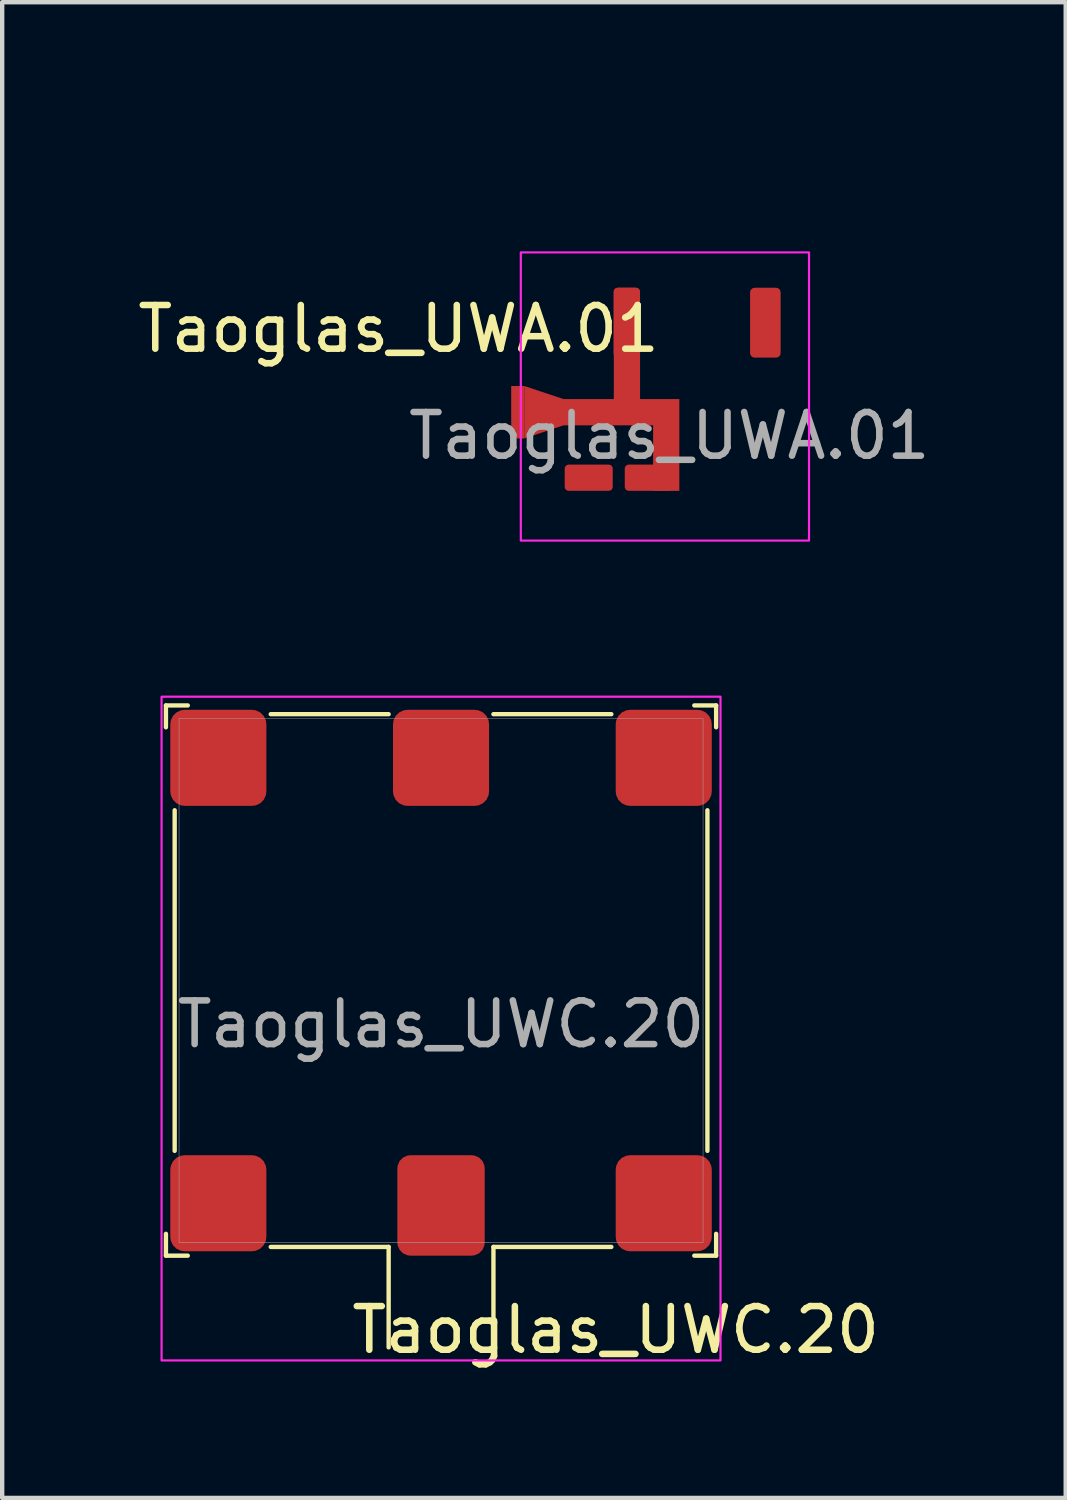
<source format=kicad_pcb>
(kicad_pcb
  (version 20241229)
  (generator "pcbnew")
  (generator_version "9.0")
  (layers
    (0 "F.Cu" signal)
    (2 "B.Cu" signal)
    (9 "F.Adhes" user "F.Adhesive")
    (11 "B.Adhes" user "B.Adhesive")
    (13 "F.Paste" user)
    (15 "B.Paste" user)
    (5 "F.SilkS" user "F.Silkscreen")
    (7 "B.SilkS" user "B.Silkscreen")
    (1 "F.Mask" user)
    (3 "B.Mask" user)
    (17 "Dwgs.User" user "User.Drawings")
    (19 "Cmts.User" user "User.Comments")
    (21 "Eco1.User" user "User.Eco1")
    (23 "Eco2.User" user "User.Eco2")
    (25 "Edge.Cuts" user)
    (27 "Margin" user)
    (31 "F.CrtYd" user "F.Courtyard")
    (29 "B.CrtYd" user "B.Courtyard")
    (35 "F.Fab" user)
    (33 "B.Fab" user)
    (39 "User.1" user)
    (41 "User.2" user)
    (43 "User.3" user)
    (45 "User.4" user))
  (footprint "Taoglas_UWC.20"
    (layer "F.Cu")
    (at 7.05 19.405)
    (property "Reference" "Taoglas_UWC.20" (at 4 8 0) (unlocked yes) (layer "F.SilkS") (effects (font (size 1 1) (thickness 0.15))))
    (attr smd)
    (fp_line (start -6.3 -6.3) (end -6.3 -5.8) (stroke (width 0.1) (type default)) (layer "F.SilkS"))
    (fp_line (start -6.3 -6.3) (end -5.8 -6.3) (stroke (width 0.1) (type default)) (layer "F.SilkS"))
    (fp_line (start -6.3 6.3) (end -6.3 5.8) (stroke (width 0.1) (type default)) (layer "F.SilkS"))
    (fp_line (start -6.3 6.3) (end -5.8 6.3) (stroke (width 0.1) (type default)) (layer "F.SilkS"))
    (fp_line (start -6.1 -3.9) (end -6.1 3.9) (stroke (width 0.1) (type default)) (layer "F.SilkS"))
    (fp_line (start -3.9 -6.1) (end -1.2 -6.1) (stroke (width 0.1) (type default)) (layer "F.SilkS"))
    (fp_line (start -3.9 6.1) (end -1.2 6.1) (stroke (width 0.1) (type default)) (layer "F.SilkS"))
    (fp_line (start -1.2 6.1) (end -1.2 8.4) (stroke (width 0.1) (type default)) (layer "F.SilkS"))
    (fp_line (start 1.2 -6.1) (end 3.9 -6.1) (stroke (width 0.1) (type default)) (layer "F.SilkS"))
    (fp_line (start 1.2 6.1) (end 1.2 8.4) (stroke (width 0.1) (type default)) (layer "F.SilkS"))
    (fp_line (start 1.2 6.1) (end 3.9 6.1) (stroke (width 0.1) (type default)) (layer "F.SilkS"))
    (fp_line (start 6.1 -3.9) (end 6.1 3.9) (stroke (width 0.1) (type default)) (layer "F.SilkS"))
    (fp_line (start 6.3 -6.3) (end 5.8 -6.3) (stroke (width 0.1) (type default)) (layer "F.SilkS"))
    (fp_line (start 6.3 -6.3) (end 6.3 -5.8) (stroke (width 0.1) (type default)) (layer "F.SilkS"))
    (fp_line (start 6.3 6.3) (end 5.8 6.3) (stroke (width 0.1) (type default)) (layer "F.SilkS"))
    (fp_line (start 6.3 6.3) (end 6.3 5.8) (stroke (width 0.1) (type default)) (layer "F.SilkS"))
    (fp_rect (start -6.4 -6.5) (end 6.4 8.7) (stroke (width 0.05) (type default)) (fill no) (layer "F.CrtYd"))
    (fp_rect (start -6 -6) (end 6 6) (stroke (width 0.01) (type solid)) (fill no) (layer "F.Fab"))
    (fp_line (start -7 -4) (end 7 -4) (stroke (width 0.1) (type default)) (layer "User.1"))
    (fp_line (start -4 -7) (end -4 8) (stroke (width 0.1) (type default)) (layer "User.1"))
    (fp_line (start 4 -7) (end 4 7) (stroke (width 0.1) (type default)) (layer "User.1"))
    (fp_line (start 7 4) (end -7 4) (stroke (width 0.1) (type default)) (layer "User.1"))
    (fp_text user "${REFERENCE}" (at 0 1 0) (unlocked yes) (layer "F.Fab") (effects (font (size 1 1) (thickness 0.15))))
    (fp_text user "KEEP-OUT" (at 0.025 -2.025 0) (unlocked yes) (layer "User.2") (effects (font (size 1 1) (thickness 0.15))))
    (pad "1" smd roundrect (at 0 5.15) (size 2 2.3) (layers "F.Cu" "F.Mask" "F.Paste") (roundrect_rratio 0.15))
    (pad "2" smd roundrect (at -5.1 5.1) (size 2.2 2.2) (layers "F.Cu" "F.Mask" "F.Paste") (roundrect_rratio 0.15))
    (pad "3" smd roundrect (at -5.1 -5.1) (size 2.2 2.2) (layers "F.Cu" "F.Mask" "F.Paste") (roundrect_rratio 0.15))
    (pad "4" smd roundrect (at 0 -5.1) (size 2.2 2.2) (layers "F.Cu" "F.Mask" "F.Paste") (roundrect_rratio 0.15))
    (pad "5" smd roundrect (at 5.1 -5.1) (size 2.2 2.2) (layers "F.Cu" "F.Mask" "F.Paste") (roundrect_rratio 0.15))
    (pad "6" smd roundrect (at 5.1 5.1) (size 2.2 2.2) (layers "F.Cu" "F.Mask" "F.Paste") (roundrect_rratio 0.15))
    (zone (net_name "") (layers "F.Cu" "B.Cu" "User.2") (name "ANT_GND_KEEPOUT") (hatch edge 0.5) (connect_pads) (min_thickness 0.25) (filled_areas_thickness no) (keepout (tracks allowed) (vias not_allowed) (pads not_allowed) (copperpour not_allowed) (footprints not_allowed)) (placement (enabled no)) (fill) (polygon (pts (xy 0.75 13.005) (xy 13.35 13.005) (xy 13.35 28.005) (xy 0.75 28.005)))))
  (footprint "Taoglas_UWA.01"
    (layer "F.Cu")
    (at 12.177 6.03)
    (property "Reference" "Taoglas_UWA.01" (at -6.1 -1.55 0) (unlocked yes) (layer "F.SilkS") (effects (font (size 1 1) (thickness 0.15))))
    (attr smd)
    (fp_rect (start -3.3 -3.3) (end 3.3 3.3) (stroke (width 0.05) (type default)) (fill no) (layer "F.CrtYd"))
    (fp_text user "${REFERENCE}" (at 0.1 0.9 0) (unlocked yes) (layer "F.Fab") (effects (font (size 1 1) (thickness 0.15))))
    (fp_text user "foreign nets" (at -2.1 -3.7 0) (unlocked yes) (layer "User.2") (effects (font (size 0.45 0.45) (thickness 0.05)) (justify left bottom)))
    (fp_text user "KEEP-OUT" (at -4 -4.58 0) (unlocked yes) (layer "User.2") (effects (font (size 1 1) (thickness 0.15)) (justify left bottom)))
    (pad "1" smd rect (at -3.37 0.36 270) (size 1.2 0.3) (layers "F.Cu" "F.Mask" "F.Paste"))
    (pad "1" smd roundrect (at -0.875 -1.69 270) (size 1.6 0.6) (layers "F.Cu" "F.Mask" "F.Paste") (roundrect_rratio 0.15))
    (pad "1" smd custom (at -0.87 -1.69 180) (size 0.6 0.6) (layers "F.Cu") (options (anchor circle)) (primitives (gr_poly (pts (xy -0.3 -0.71) (xy -0.293 -0.744) (xy -0.274 -0.774) (xy -0.244 -0.793) (xy -0.21 -0.8) (xy 0.21 -0.8) (xy 0.244 -0.793) (xy 0.274 -0.774) (xy 0.293 -0.744) (xy 0.3 -0.71) (xy 0.3 0.71) (xy 0.293 0.744) (xy 0.274 0.774) (xy 0.244 0.793) (xy 0.21 0.8) (xy -0.21 0.8) (xy -0.244 0.793) (xy -0.274 0.774) (xy -0.293 0.744) (xy -0.3 0.71)) (width 0) (fill yes)) (gr_poly (pts (xy 0.3 -0.58) (xy 0.3 -1.75) (xy 1.45 -1.75) (xy 1.45 -2.35) (xy -0.6 -2.35) (xy -0.6 -3.25) (xy -0.6 -3.85) (xy -1.2 -3.85) (xy -1.2 -1.75) (xy -0.3 -1.75) (xy -0.3 -0.58)) (width 0.001) (fill yes)) (gr_poly (pts (xy 1.45 -1.75) (xy 2.35 -1.45) (xy 2.35 -2.65) (xy 1.45 -2.35)) (width 0.0001) (fill yes))))
    (pad "1" smd roundrect (at -0.37 1.86 180) (size 1.1 0.6) (layers "F.Cu" "F.Mask" "F.Paste") (roundrect_rratio 0.15))
    (pad "2" smd roundrect (at 2.3 -1.69 180) (size 0.7 1.6) (layers "F.Cu" "F.Mask" "F.Paste") (roundrect_rratio 0.15))
    (pad "3" smd roundrect (at -1.745 1.86 180) (size 1.1 0.6) (layers "F.Cu" "F.Mask" "F.Paste") (roundrect_rratio 0.15))
    (zone (net_name "") (layers "F.Cu" "B.Cu") (name "ANT_GND_KEEPOUT") (hatch edge 0.5) (connect_pads) (min_thickness 0.25) (filled_areas_thickness no) (keepout (tracks allowed) (vias allowed) (pads not_allowed) (copperpour not_allowed) (footprints not_allowed)) (placement (enabled no)) (fill) (polygon (pts (xy 8.947 2.84) (xy 15.387 2.84) (xy 15.387 9.24) (xy 8.947 9.24)))))
  (gr_rect
    (start -3 -3)
    (end 21.355 31.253)
    (stroke (width 0.1) (type default))
    (fill no)
    (layer "Edge.Cuts")))
</source>
